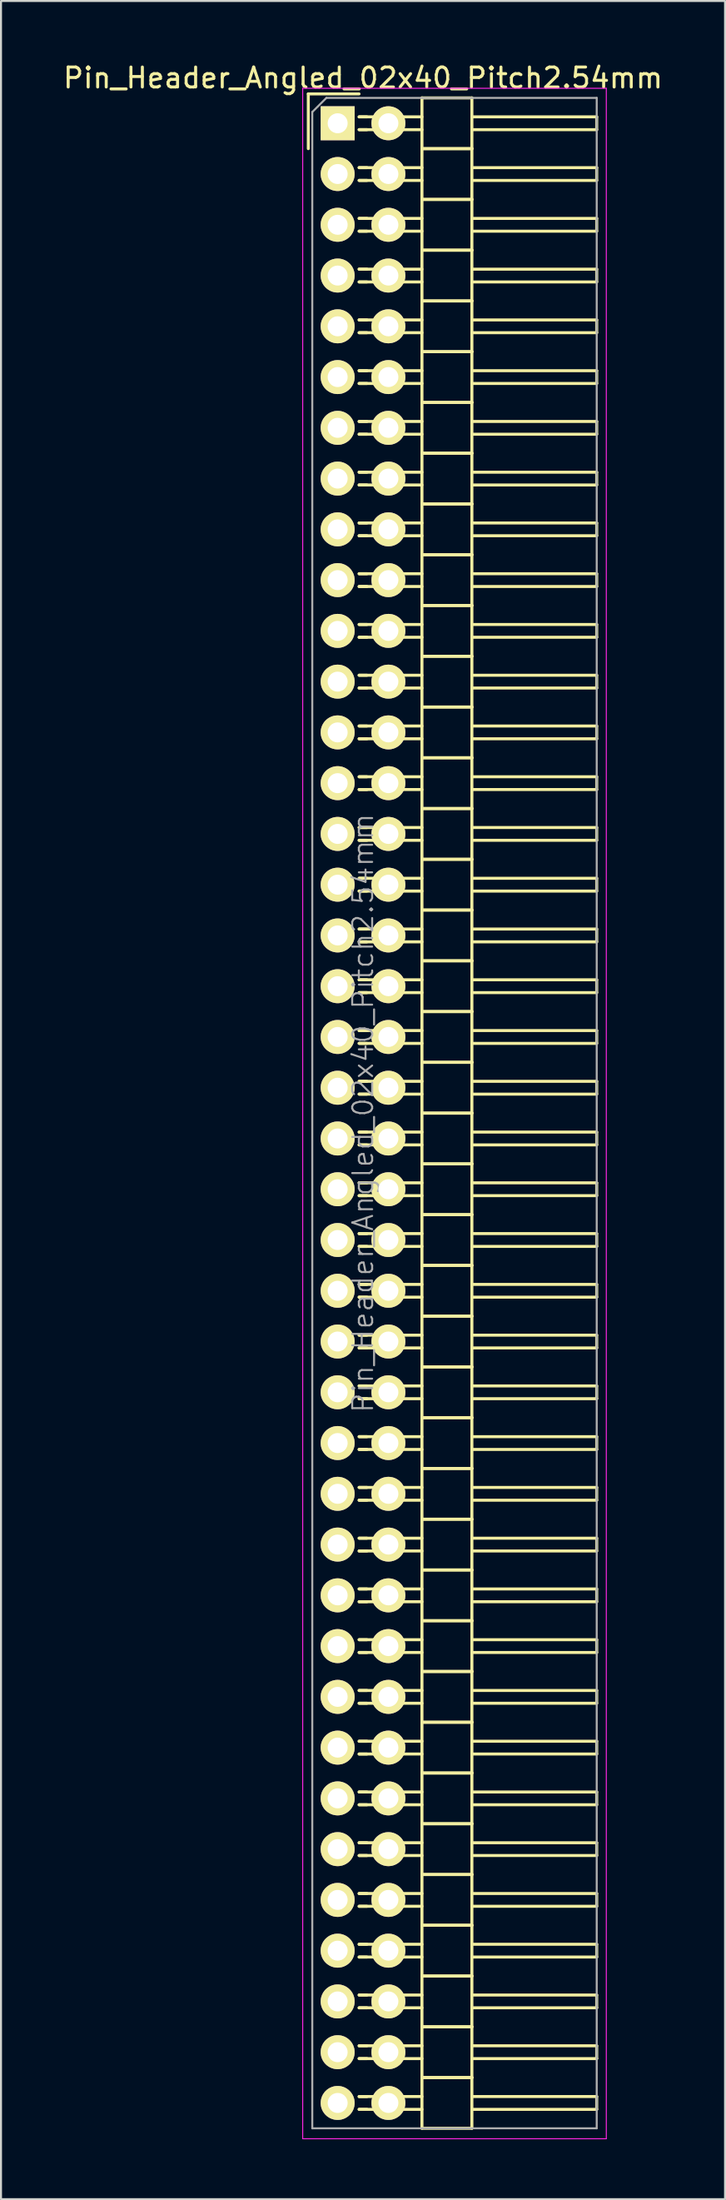
<source format=kicad_pcb>
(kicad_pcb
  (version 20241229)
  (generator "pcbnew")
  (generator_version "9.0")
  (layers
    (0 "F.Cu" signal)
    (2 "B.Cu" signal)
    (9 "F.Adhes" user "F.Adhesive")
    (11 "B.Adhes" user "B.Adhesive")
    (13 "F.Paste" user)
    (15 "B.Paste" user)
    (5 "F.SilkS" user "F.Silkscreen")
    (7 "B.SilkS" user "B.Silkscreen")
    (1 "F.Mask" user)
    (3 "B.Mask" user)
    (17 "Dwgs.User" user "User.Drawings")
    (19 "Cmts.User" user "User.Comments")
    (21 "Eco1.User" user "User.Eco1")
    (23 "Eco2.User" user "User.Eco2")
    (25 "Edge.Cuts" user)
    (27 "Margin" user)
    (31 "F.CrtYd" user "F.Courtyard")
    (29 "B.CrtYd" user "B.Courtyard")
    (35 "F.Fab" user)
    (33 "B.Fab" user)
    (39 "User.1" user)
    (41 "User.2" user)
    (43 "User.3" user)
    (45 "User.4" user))
  (footprint "Pin_Header_Angled_02x40_Pitch2.54mm"
    (layer "F.Cu")
    (at 13.855 3.118)
    (property "Reference" "Pin_Header_Angled_02x40_Pitch2.54mm" (at 1.27 -2.27 0) (layer "F.SilkS") (effects (font (size 1 1) (thickness 0.15))))
    (attr smd)
    (fp_line (start -1.47 -1.47) (end -1.47 1.27) (stroke (width 0.15) (type solid)) (layer "F.SilkS"))
    (fp_line (start -1.47 -1.47) (end 1.07 -1.47) (stroke (width 0.15) (type solid)) (layer "F.SilkS"))
    (fp_line (start 1.465 -0.32) (end 1.075 -0.32) (stroke (width 0.15) (type solid)) (layer "F.SilkS"))
    (fp_line (start 1.465 0.32) (end 1.075 0.32) (stroke (width 0.15) (type solid)) (layer "F.SilkS"))
    (fp_line (start 1.465 2.22) (end 1.075 2.22) (stroke (width 0.15) (type solid)) (layer "F.SilkS"))
    (fp_line (start 1.465 2.86) (end 1.075 2.86) (stroke (width 0.15) (type solid)) (layer "F.SilkS"))
    (fp_line (start 1.465 4.76) (end 1.075 4.76) (stroke (width 0.15) (type solid)) (layer "F.SilkS"))
    (fp_line (start 1.465 5.4) (end 1.075 5.4) (stroke (width 0.15) (type solid)) (layer "F.SilkS"))
    (fp_line (start 1.465 7.3) (end 1.075 7.3) (stroke (width 0.15) (type solid)) (layer "F.SilkS"))
    (fp_line (start 1.465 7.94) (end 1.075 7.94) (stroke (width 0.15) (type solid)) (layer "F.SilkS"))
    (fp_line (start 1.465 9.84) (end 1.075 9.84) (stroke (width 0.15) (type solid)) (layer "F.SilkS"))
    (fp_line (start 1.465 10.48) (end 1.075 10.48) (stroke (width 0.15) (type solid)) (layer "F.SilkS"))
    (fp_line (start 1.465 12.38) (end 1.075 12.38) (stroke (width 0.15) (type solid)) (layer "F.SilkS"))
    (fp_line (start 1.465 13.02) (end 1.075 13.02) (stroke (width 0.15) (type solid)) (layer "F.SilkS"))
    (fp_line (start 1.465 14.92) (end 1.075 14.92) (stroke (width 0.15) (type solid)) (layer "F.SilkS"))
    (fp_line (start 1.465 15.56) (end 1.075 15.56) (stroke (width 0.15) (type solid)) (layer "F.SilkS"))
    (fp_line (start 1.465 17.46) (end 1.075 17.46) (stroke (width 0.15) (type solid)) (layer "F.SilkS"))
    (fp_line (start 1.465 18.1) (end 1.075 18.1) (stroke (width 0.15) (type solid)) (layer "F.SilkS"))
    (fp_line (start 1.465 20) (end 1.075 20) (stroke (width 0.15) (type solid)) (layer "F.SilkS"))
    (fp_line (start 1.465 20.64) (end 1.075 20.64) (stroke (width 0.15) (type solid)) (layer "F.SilkS"))
    (fp_line (start 1.465 22.54) (end 1.075 22.54) (stroke (width 0.15) (type solid)) (layer "F.SilkS"))
    (fp_line (start 1.465 23.18) (end 1.075 23.18) (stroke (width 0.15) (type solid)) (layer "F.SilkS"))
    (fp_line (start 1.465 25.08) (end 1.075 25.08) (stroke (width 0.15) (type solid)) (layer "F.SilkS"))
    (fp_line (start 1.465 25.72) (end 1.075 25.72) (stroke (width 0.15) (type solid)) (layer "F.SilkS"))
    (fp_line (start 1.465 27.62) (end 1.075 27.62) (stroke (width 0.15) (type solid)) (layer "F.SilkS"))
    (fp_line (start 1.465 28.26) (end 1.075 28.26) (stroke (width 0.15) (type solid)) (layer "F.SilkS"))
    (fp_line (start 1.465 30.16) (end 1.075 30.16) (stroke (width 0.15) (type solid)) (layer "F.SilkS"))
    (fp_line (start 1.465 30.8) (end 1.075 30.8) (stroke (width 0.15) (type solid)) (layer "F.SilkS"))
    (fp_line (start 1.465 32.7) (end 1.075 32.7) (stroke (width 0.15) (type solid)) (layer "F.SilkS"))
    (fp_line (start 1.465 33.34) (end 1.075 33.34) (stroke (width 0.15) (type solid)) (layer "F.SilkS"))
    (fp_line (start 1.465 35.24) (end 1.075 35.24) (stroke (width 0.15) (type solid)) (layer "F.SilkS"))
    (fp_line (start 1.465 35.88) (end 1.075 35.88) (stroke (width 0.15) (type solid)) (layer "F.SilkS"))
    (fp_line (start 1.465 37.78) (end 1.075 37.78) (stroke (width 0.15) (type solid)) (layer "F.SilkS"))
    (fp_line (start 1.465 38.42) (end 1.075 38.42) (stroke (width 0.15) (type solid)) (layer "F.SilkS"))
    (fp_line (start 1.465 40.32) (end 1.075 40.32) (stroke (width 0.15) (type solid)) (layer "F.SilkS"))
    (fp_line (start 1.465 40.96) (end 1.075 40.96) (stroke (width 0.15) (type solid)) (layer "F.SilkS"))
    (fp_line (start 1.465 42.86) (end 1.075 42.86) (stroke (width 0.15) (type solid)) (layer "F.SilkS"))
    (fp_line (start 1.465 43.5) (end 1.075 43.5) (stroke (width 0.15) (type solid)) (layer "F.SilkS"))
    (fp_line (start 1.465 45.4) (end 1.075 45.4) (stroke (width 0.15) (type solid)) (layer "F.SilkS"))
    (fp_line (start 1.465 46.04) (end 1.075 46.04) (stroke (width 0.15) (type solid)) (layer "F.SilkS"))
    (fp_line (start 1.465 47.94) (end 1.075 47.94) (stroke (width 0.15) (type solid)) (layer "F.SilkS"))
    (fp_line (start 1.465 48.58) (end 1.075 48.58) (stroke (width 0.15) (type solid)) (layer "F.SilkS"))
    (fp_line (start 1.465 50.48) (end 1.075 50.48) (stroke (width 0.15) (type solid)) (layer "F.SilkS"))
    (fp_line (start 1.465 51.12) (end 1.075 51.12) (stroke (width 0.15) (type solid)) (layer "F.SilkS"))
    (fp_line (start 1.465 53.02) (end 1.075 53.02) (stroke (width 0.15) (type solid)) (layer "F.SilkS"))
    (fp_line (start 1.465 53.66) (end 1.075 53.66) (stroke (width 0.15) (type solid)) (layer "F.SilkS"))
    (fp_line (start 1.465 55.56) (end 1.075 55.56) (stroke (width 0.15) (type solid)) (layer "F.SilkS"))
    (fp_line (start 1.465 56.2) (end 1.075 56.2) (stroke (width 0.15) (type solid)) (layer "F.SilkS"))
    (fp_line (start 1.465 58.1) (end 1.075 58.1) (stroke (width 0.15) (type solid)) (layer "F.SilkS"))
    (fp_line (start 1.465 58.74) (end 1.075 58.74) (stroke (width 0.15) (type solid)) (layer "F.SilkS"))
    (fp_line (start 1.465 60.64) (end 1.075 60.64) (stroke (width 0.15) (type solid)) (layer "F.SilkS"))
    (fp_line (start 1.465 61.28) (end 1.075 61.28) (stroke (width 0.15) (type solid)) (layer "F.SilkS"))
    (fp_line (start 1.465 63.18) (end 1.075 63.18) (stroke (width 0.15) (type solid)) (layer "F.SilkS"))
    (fp_line (start 1.465 63.82) (end 1.075 63.82) (stroke (width 0.15) (type solid)) (layer "F.SilkS"))
    (fp_line (start 1.465 65.72) (end 1.075 65.72) (stroke (width 0.15) (type solid)) (layer "F.SilkS"))
    (fp_line (start 1.465 66.36) (end 1.075 66.36) (stroke (width 0.15) (type solid)) (layer "F.SilkS"))
    (fp_line (start 1.465 68.26) (end 1.075 68.26) (stroke (width 0.15) (type solid)) (layer "F.SilkS"))
    (fp_line (start 1.465 68.9) (end 1.075 68.9) (stroke (width 0.15) (type solid)) (layer "F.SilkS"))
    (fp_line (start 1.465 70.8) (end 1.075 70.8) (stroke (width 0.15) (type solid)) (layer "F.SilkS"))
    (fp_line (start 1.465 71.44) (end 1.075 71.44) (stroke (width 0.15) (type solid)) (layer "F.SilkS"))
    (fp_line (start 1.465 73.34) (end 1.075 73.34) (stroke (width 0.15) (type solid)) (layer "F.SilkS"))
    (fp_line (start 1.465 73.98) (end 1.075 73.98) (stroke (width 0.15) (type solid)) (layer "F.SilkS"))
    (fp_line (start 1.465 75.88) (end 1.075 75.88) (stroke (width 0.15) (type solid)) (layer "F.SilkS"))
    (fp_line (start 1.465 76.52) (end 1.075 76.52) (stroke (width 0.15) (type solid)) (layer "F.SilkS"))
    (fp_line (start 1.465 78.42) (end 1.075 78.42) (stroke (width 0.15) (type solid)) (layer "F.SilkS"))
    (fp_line (start 1.465 79.06) (end 1.075 79.06) (stroke (width 0.15) (type solid)) (layer "F.SilkS"))
    (fp_line (start 1.465 80.96) (end 1.075 80.96) (stroke (width 0.15) (type solid)) (layer "F.SilkS"))
    (fp_line (start 1.465 81.6) (end 1.075 81.6) (stroke (width 0.15) (type solid)) (layer "F.SilkS"))
    (fp_line (start 1.465 83.5) (end 1.075 83.5) (stroke (width 0.15) (type solid)) (layer "F.SilkS"))
    (fp_line (start 1.465 84.14) (end 1.075 84.14) (stroke (width 0.15) (type solid)) (layer "F.SilkS"))
    (fp_line (start 1.465 86.04) (end 1.075 86.04) (stroke (width 0.15) (type solid)) (layer "F.SilkS"))
    (fp_line (start 1.465 86.68) (end 1.075 86.68) (stroke (width 0.15) (type solid)) (layer "F.SilkS"))
    (fp_line (start 1.465 88.58) (end 1.075 88.58) (stroke (width 0.15) (type solid)) (layer "F.SilkS"))
    (fp_line (start 1.465 89.22) (end 1.075 89.22) (stroke (width 0.15) (type solid)) (layer "F.SilkS"))
    (fp_line (start 1.465 91.12) (end 1.075 91.12) (stroke (width 0.15) (type solid)) (layer "F.SilkS"))
    (fp_line (start 1.465 91.76) (end 1.075 91.76) (stroke (width 0.15) (type solid)) (layer "F.SilkS"))
    (fp_line (start 1.465 93.66) (end 1.075 93.66) (stroke (width 0.15) (type solid)) (layer "F.SilkS"))
    (fp_line (start 1.465 94.3) (end 1.075 94.3) (stroke (width 0.15) (type solid)) (layer "F.SilkS"))
    (fp_line (start 1.465 96.2) (end 1.075 96.2) (stroke (width 0.15) (type solid)) (layer "F.SilkS"))
    (fp_line (start 1.465 96.84) (end 1.075 96.84) (stroke (width 0.15) (type solid)) (layer "F.SilkS"))
    (fp_line (start 1.465 98.74) (end 1.075 98.74) (stroke (width 0.15) (type solid)) (layer "F.SilkS"))
    (fp_line (start 1.465 99.38) (end 1.075 99.38) (stroke (width 0.15) (type solid)) (layer "F.SilkS"))
    (fp_line (start 4.22 -0.32) (end 1.075 -0.32) (stroke (width 0.15) (type solid)) (layer "F.SilkS"))
    (fp_line (start 4.22 0.32) (end 1.075 0.32) (stroke (width 0.15) (type solid)) (layer "F.SilkS"))
    (fp_line (start 4.22 1.27) (end 4.22 -1.27) (stroke (width 0.15) (type solid)) (layer "F.SilkS"))
    (fp_line (start 4.22 2.22) (end 1.075 2.22) (stroke (width 0.15) (type solid)) (layer "F.SilkS"))
    (fp_line (start 4.22 2.86) (end 1.075 2.86) (stroke (width 0.15) (type solid)) (layer "F.SilkS"))
    (fp_line (start 4.22 3.81) (end 4.22 1.27) (stroke (width 0.15) (type solid)) (layer "F.SilkS"))
    (fp_line (start 4.22 4.76) (end 1.075 4.76) (stroke (width 0.15) (type solid)) (layer "F.SilkS"))
    (fp_line (start 4.22 5.4) (end 1.075 5.4) (stroke (width 0.15) (type solid)) (layer "F.SilkS"))
    (fp_line (start 4.22 6.35) (end 4.22 3.81) (stroke (width 0.15) (type solid)) (layer "F.SilkS"))
    (fp_line (start 4.22 7.3) (end 1.075 7.3) (stroke (width 0.15) (type solid)) (layer "F.SilkS"))
    (fp_line (start 4.22 7.94) (end 1.075 7.94) (stroke (width 0.15) (type solid)) (layer "F.SilkS"))
    (fp_line (start 4.22 8.89) (end 4.22 6.35) (stroke (width 0.15) (type solid)) (layer "F.SilkS"))
    (fp_line (start 4.22 9.84) (end 1.075 9.84) (stroke (width 0.15) (type solid)) (layer "F.SilkS"))
    (fp_line (start 4.22 10.48) (end 1.075 10.48) (stroke (width 0.15) (type solid)) (layer "F.SilkS"))
    (fp_line (start 4.22 11.43) (end 4.22 8.89) (stroke (width 0.15) (type solid)) (layer "F.SilkS"))
    (fp_line (start 4.22 12.38) (end 1.075 12.38) (stroke (width 0.15) (type solid)) (layer "F.SilkS"))
    (fp_line (start 4.22 13.02) (end 1.075 13.02) (stroke (width 0.15) (type solid)) (layer "F.SilkS"))
    (fp_line (start 4.22 13.97) (end 4.22 11.43) (stroke (width 0.15) (type solid)) (layer "F.SilkS"))
    (fp_line (start 4.22 14.92) (end 1.075 14.92) (stroke (width 0.15) (type solid)) (layer "F.SilkS"))
    (fp_line (start 4.22 15.56) (end 1.075 15.56) (stroke (width 0.15) (type solid)) (layer "F.SilkS"))
    (fp_line (start 4.22 16.51) (end 4.22 13.97) (stroke (width 0.15) (type solid)) (layer "F.SilkS"))
    (fp_line (start 4.22 17.46) (end 1.075 17.46) (stroke (width 0.15) (type solid)) (layer "F.SilkS"))
    (fp_line (start 4.22 18.1) (end 1.075 18.1) (stroke (width 0.15) (type solid)) (layer "F.SilkS"))
    (fp_line (start 4.22 19.05) (end 4.22 16.51) (stroke (width 0.15) (type solid)) (layer "F.SilkS"))
    (fp_line (start 4.22 20) (end 1.075 20) (stroke (width 0.15) (type solid)) (layer "F.SilkS"))
    (fp_line (start 4.22 20.64) (end 1.075 20.64) (stroke (width 0.15) (type solid)) (layer "F.SilkS"))
    (fp_line (start 4.22 21.59) (end 4.22 19.05) (stroke (width 0.15) (type solid)) (layer "F.SilkS"))
    (fp_line (start 4.22 22.54) (end 1.075 22.54) (stroke (width 0.15) (type solid)) (layer "F.SilkS"))
    (fp_line (start 4.22 23.18) (end 1.075 23.18) (stroke (width 0.15) (type solid)) (layer "F.SilkS"))
    (fp_line (start 4.22 24.13) (end 4.22 21.59) (stroke (width 0.15) (type solid)) (layer "F.SilkS"))
    (fp_line (start 4.22 25.08) (end 1.075 25.08) (stroke (width 0.15) (type solid)) (layer "F.SilkS"))
    (fp_line (start 4.22 25.72) (end 1.075 25.72) (stroke (width 0.15) (type solid)) (layer "F.SilkS"))
    (fp_line (start 4.22 26.67) (end 4.22 24.13) (stroke (width 0.15) (type solid)) (layer "F.SilkS"))
    (fp_line (start 4.22 27.62) (end 1.075 27.62) (stroke (width 0.15) (type solid)) (layer "F.SilkS"))
    (fp_line (start 4.22 28.26) (end 1.075 28.26) (stroke (width 0.15) (type solid)) (layer "F.SilkS"))
    (fp_line (start 4.22 29.21) (end 4.22 26.67) (stroke (width 0.15) (type solid)) (layer "F.SilkS"))
    (fp_line (start 4.22 30.16) (end 1.075 30.16) (stroke (width 0.15) (type solid)) (layer "F.SilkS"))
    (fp_line (start 4.22 30.8) (end 1.075 30.8) (stroke (width 0.15) (type solid)) (layer "F.SilkS"))
    (fp_line (start 4.22 31.75) (end 4.22 29.21) (stroke (width 0.15) (type solid)) (layer "F.SilkS"))
    (fp_line (start 4.22 32.7) (end 1.075 32.7) (stroke (width 0.15) (type solid)) (layer "F.SilkS"))
    (fp_line (start 4.22 33.34) (end 1.075 33.34) (stroke (width 0.15) (type solid)) (layer "F.SilkS"))
    (fp_line (start 4.22 34.29) (end 4.22 31.75) (stroke (width 0.15) (type solid)) (layer "F.SilkS"))
    (fp_line (start 4.22 35.24) (end 1.075 35.24) (stroke (width 0.15) (type solid)) (layer "F.SilkS"))
    (fp_line (start 4.22 35.88) (end 1.075 35.88) (stroke (width 0.15) (type solid)) (layer "F.SilkS"))
    (fp_line (start 4.22 36.83) (end 4.22 34.29) (stroke (width 0.15) (type solid)) (layer "F.SilkS"))
    (fp_line (start 4.22 37.78) (end 1.075 37.78) (stroke (width 0.15) (type solid)) (layer "F.SilkS"))
    (fp_line (start 4.22 38.42) (end 1.075 38.42) (stroke (width 0.15) (type solid)) (layer "F.SilkS"))
    (fp_line (start 4.22 39.37) (end 4.22 36.83) (stroke (width 0.15) (type solid)) (layer "F.SilkS"))
    (fp_line (start 4.22 40.32) (end 1.075 40.32) (stroke (width 0.15) (type solid)) (layer "F.SilkS"))
    (fp_line (start 4.22 40.96) (end 1.075 40.96) (stroke (width 0.15) (type solid)) (layer "F.SilkS"))
    (fp_line (start 4.22 41.91) (end 4.22 39.37) (stroke (width 0.15) (type solid)) (layer "F.SilkS"))
    (fp_line (start 4.22 42.86) (end 1.075 42.86) (stroke (width 0.15) (type solid)) (layer "F.SilkS"))
    (fp_line (start 4.22 43.5) (end 1.075 43.5) (stroke (width 0.15) (type solid)) (layer "F.SilkS"))
    (fp_line (start 4.22 44.45) (end 4.22 41.91) (stroke (width 0.15) (type solid)) (layer "F.SilkS"))
    (fp_line (start 4.22 45.4) (end 1.075 45.4) (stroke (width 0.15) (type solid)) (layer "F.SilkS"))
    (fp_line (start 4.22 46.04) (end 1.075 46.04) (stroke (width 0.15) (type solid)) (layer "F.SilkS"))
    (fp_line (start 4.22 46.99) (end 4.22 44.45) (stroke (width 0.15) (type solid)) (layer "F.SilkS"))
    (fp_line (start 4.22 47.94) (end 1.075 47.94) (stroke (width 0.15) (type solid)) (layer "F.SilkS"))
    (fp_line (start 4.22 48.58) (end 1.075 48.58) (stroke (width 0.15) (type solid)) (layer "F.SilkS"))
    (fp_line (start 4.22 49.53) (end 4.22 46.99) (stroke (width 0.15) (type solid)) (layer "F.SilkS"))
    (fp_line (start 4.22 50.48) (end 1.075 50.48) (stroke (width 0.15) (type solid)) (layer "F.SilkS"))
    (fp_line (start 4.22 51.12) (end 1.075 51.12) (stroke (width 0.15) (type solid)) (layer "F.SilkS"))
    (fp_line (start 4.22 52.07) (end 4.22 49.53) (stroke (width 0.15) (type solid)) (layer "F.SilkS"))
    (fp_line (start 4.22 53.02) (end 1.075 53.02) (stroke (width 0.15) (type solid)) (layer "F.SilkS"))
    (fp_line (start 4.22 53.66) (end 1.075 53.66) (stroke (width 0.15) (type solid)) (layer "F.SilkS"))
    (fp_line (start 4.22 54.61) (end 4.22 52.07) (stroke (width 0.15) (type solid)) (layer "F.SilkS"))
    (fp_line (start 4.22 55.56) (end 1.075 55.56) (stroke (width 0.15) (type solid)) (layer "F.SilkS"))
    (fp_line (start 4.22 56.2) (end 1.075 56.2) (stroke (width 0.15) (type solid)) (layer "F.SilkS"))
    (fp_line (start 4.22 57.15) (end 4.22 54.61) (stroke (width 0.15) (type solid)) (layer "F.SilkS"))
    (fp_line (start 4.22 58.1) (end 1.075 58.1) (stroke (width 0.15) (type solid)) (layer "F.SilkS"))
    (fp_line (start 4.22 58.74) (end 1.075 58.74) (stroke (width 0.15) (type solid)) (layer "F.SilkS"))
    (fp_line (start 4.22 59.69) (end 4.22 57.15) (stroke (width 0.15) (type solid)) (layer "F.SilkS"))
    (fp_line (start 4.22 60.64) (end 1.075 60.64) (stroke (width 0.15) (type solid)) (layer "F.SilkS"))
    (fp_line (start 4.22 61.28) (end 1.075 61.28) (stroke (width 0.15) (type solid)) (layer "F.SilkS"))
    (fp_line (start 4.22 62.23) (end 4.22 59.69) (stroke (width 0.15) (type solid)) (layer "F.SilkS"))
    (fp_line (start 4.22 63.18) (end 1.075 63.18) (stroke (width 0.15) (type solid)) (layer "F.SilkS"))
    (fp_line (start 4.22 63.82) (end 1.075 63.82) (stroke (width 0.15) (type solid)) (layer "F.SilkS"))
    (fp_line (start 4.22 64.77) (end 4.22 62.23) (stroke (width 0.15) (type solid)) (layer "F.SilkS"))
    (fp_line (start 4.22 65.72) (end 1.075 65.72) (stroke (width 0.15) (type solid)) (layer "F.SilkS"))
    (fp_line (start 4.22 66.36) (end 1.075 66.36) (stroke (width 0.15) (type solid)) (layer "F.SilkS"))
    (fp_line (start 4.22 67.31) (end 4.22 64.77) (stroke (width 0.15) (type solid)) (layer "F.SilkS"))
    (fp_line (start 4.22 68.26) (end 1.075 68.26) (stroke (width 0.15) (type solid)) (layer "F.SilkS"))
    (fp_line (start 4.22 68.9) (end 1.075 68.9) (stroke (width 0.15) (type solid)) (layer "F.SilkS"))
    (fp_line (start 4.22 69.85) (end 4.22 67.31) (stroke (width 0.15) (type solid)) (layer "F.SilkS"))
    (fp_line (start 4.22 70.8) (end 1.075 70.8) (stroke (width 0.15) (type solid)) (layer "F.SilkS"))
    (fp_line (start 4.22 71.44) (end 1.075 71.44) (stroke (width 0.15) (type solid)) (layer "F.SilkS"))
    (fp_line (start 4.22 72.39) (end 4.22 69.85) (stroke (width 0.15) (type solid)) (layer "F.SilkS"))
    (fp_line (start 4.22 73.34) (end 1.075 73.34) (stroke (width 0.15) (type solid)) (layer "F.SilkS"))
    (fp_line (start 4.22 73.98) (end 1.075 73.98) (stroke (width 0.15) (type solid)) (layer "F.SilkS"))
    (fp_line (start 4.22 74.93) (end 4.22 72.39) (stroke (width 0.15) (type solid)) (layer "F.SilkS"))
    (fp_line (start 4.22 75.88) (end 1.075 75.88) (stroke (width 0.15) (type solid)) (layer "F.SilkS"))
    (fp_line (start 4.22 76.52) (end 1.075 76.52) (stroke (width 0.15) (type solid)) (layer "F.SilkS"))
    (fp_line (start 4.22 77.47) (end 4.22 74.93) (stroke (width 0.15) (type solid)) (layer "F.SilkS"))
    (fp_line (start 4.22 78.42) (end 1.075 78.42) (stroke (width 0.15) (type solid)) (layer "F.SilkS"))
    (fp_line (start 4.22 79.06) (end 1.075 79.06) (stroke (width 0.15) (type solid)) (layer "F.SilkS"))
    (fp_line (start 4.22 80.01) (end 4.22 77.47) (stroke (width 0.15) (type solid)) (layer "F.SilkS"))
    (fp_line (start 4.22 80.96) (end 1.075 80.96) (stroke (width 0.15) (type solid)) (layer "F.SilkS"))
    (fp_line (start 4.22 81.6) (end 1.075 81.6) (stroke (width 0.15) (type solid)) (layer "F.SilkS"))
    (fp_line (start 4.22 82.55) (end 4.22 80.01) (stroke (width 0.15) (type solid)) (layer "F.SilkS"))
    (fp_line (start 4.22 83.5) (end 1.075 83.5) (stroke (width 0.15) (type solid)) (layer "F.SilkS"))
    (fp_line (start 4.22 84.14) (end 1.075 84.14) (stroke (width 0.15) (type solid)) (layer "F.SilkS"))
    (fp_line (start 4.22 85.09) (end 4.22 82.55) (stroke (width 0.15) (type solid)) (layer "F.SilkS"))
    (fp_line (start 4.22 86.04) (end 1.075 86.04) (stroke (width 0.15) (type solid)) (layer "F.SilkS"))
    (fp_line (start 4.22 86.68) (end 1.075 86.68) (stroke (width 0.15) (type solid)) (layer "F.SilkS"))
    (fp_line (start 4.22 87.63) (end 4.22 85.09) (stroke (width 0.15) (type solid)) (layer "F.SilkS"))
    (fp_line (start 4.22 88.58) (end 1.075 88.58) (stroke (width 0.15) (type solid)) (layer "F.SilkS"))
    (fp_line (start 4.22 89.22) (end 1.075 89.22) (stroke (width 0.15) (type solid)) (layer "F.SilkS"))
    (fp_line (start 4.22 90.17) (end 4.22 87.63) (stroke (width 0.15) (type solid)) (layer "F.SilkS"))
    (fp_line (start 4.22 91.12) (end 1.075 91.12) (stroke (width 0.15) (type solid)) (layer "F.SilkS"))
    (fp_line (start 4.22 91.76) (end 1.075 91.76) (stroke (width 0.15) (type solid)) (layer "F.SilkS"))
    (fp_line (start 4.22 92.71) (end 4.22 90.17) (stroke (width 0.15) (type solid)) (layer "F.SilkS"))
    (fp_line (start 4.22 93.66) (end 1.075 93.66) (stroke (width 0.15) (type solid)) (layer "F.SilkS"))
    (fp_line (start 4.22 94.3) (end 1.075 94.3) (stroke (width 0.15) (type solid)) (layer "F.SilkS"))
    (fp_line (start 4.22 95.25) (end 4.22 92.71) (stroke (width 0.15) (type solid)) (layer "F.SilkS"))
    (fp_line (start 4.22 96.2) (end 1.075 96.2) (stroke (width 0.15) (type solid)) (layer "F.SilkS"))
    (fp_line (start 4.22 96.84) (end 1.075 96.84) (stroke (width 0.15) (type solid)) (layer "F.SilkS"))
    (fp_line (start 4.22 97.79) (end 4.22 95.25) (stroke (width 0.15) (type solid)) (layer "F.SilkS"))
    (fp_line (start 4.22 98.74) (end 1.075 98.74) (stroke (width 0.15) (type solid)) (layer "F.SilkS"))
    (fp_line (start 4.22 99.38) (end 1.075 99.38) (stroke (width 0.15) (type solid)) (layer "F.SilkS"))
    (fp_line (start 4.22 100.33) (end 4.22 97.79) (stroke (width 0.15) (type solid)) (layer "F.SilkS"))
    (fp_line (start 6.72 -1.27) (end 4.22 -1.27) (stroke (width 0.15) (type solid)) (layer "F.SilkS"))
    (fp_line (start 6.72 -0.32) (end 12.97 -0.32) (stroke (width 0.15) (type solid)) (layer "F.SilkS"))
    (fp_line (start 6.72 0.32) (end 12.97 0.32) (stroke (width 0.15) (type solid)) (layer "F.SilkS"))
    (fp_line (start 6.72 1.27) (end 4.22 1.27) (stroke (width 0.15) (type solid)) (layer "F.SilkS"))
    (fp_line (start 6.72 1.27) (end 4.22 1.27) (stroke (width 0.15) (type solid)) (layer "F.SilkS"))
    (fp_line (start 6.72 1.27) (end 6.72 -1.27) (stroke (width 0.15) (type solid)) (layer "F.SilkS"))
    (fp_line (start 6.72 2.22) (end 12.97 2.22) (stroke (width 0.15) (type solid)) (layer "F.SilkS"))
    (fp_line (start 6.72 2.86) (end 12.97 2.86) (stroke (width 0.15) (type solid)) (layer "F.SilkS"))
    (fp_line (start 6.72 3.81) (end 4.22 3.81) (stroke (width 0.15) (type solid)) (layer "F.SilkS"))
    (fp_line (start 6.72 3.81) (end 4.22 3.81) (stroke (width 0.15) (type solid)) (layer "F.SilkS"))
    (fp_line (start 6.72 3.81) (end 6.72 1.27) (stroke (width 0.15) (type solid)) (layer "F.SilkS"))
    (fp_line (start 6.72 4.76) (end 12.97 4.76) (stroke (width 0.15) (type solid)) (layer "F.SilkS"))
    (fp_line (start 6.72 5.4) (end 12.97 5.4) (stroke (width 0.15) (type solid)) (layer "F.SilkS"))
    (fp_line (start 6.72 6.35) (end 4.22 6.35) (stroke (width 0.15) (type solid)) (layer "F.SilkS"))
    (fp_line (start 6.72 6.35) (end 4.22 6.35) (stroke (width 0.15) (type solid)) (layer "F.SilkS"))
    (fp_line (start 6.72 6.35) (end 6.72 3.81) (stroke (width 0.15) (type solid)) (layer "F.SilkS"))
    (fp_line (start 6.72 7.3) (end 12.97 7.3) (stroke (width 0.15) (type solid)) (layer "F.SilkS"))
    (fp_line (start 6.72 7.94) (end 12.97 7.94) (stroke (width 0.15) (type solid)) (layer "F.SilkS"))
    (fp_line (start 6.72 8.89) (end 4.22 8.89) (stroke (width 0.15) (type solid)) (layer "F.SilkS"))
    (fp_line (start 6.72 8.89) (end 4.22 8.89) (stroke (width 0.15) (type solid)) (layer "F.SilkS"))
    (fp_line (start 6.72 8.89) (end 6.72 6.35) (stroke (width 0.15) (type solid)) (layer "F.SilkS"))
    (fp_line (start 6.72 9.84) (end 12.97 9.84) (stroke (width 0.15) (type solid)) (layer "F.SilkS"))
    (fp_line (start 6.72 10.48) (end 12.97 10.48) (stroke (width 0.15) (type solid)) (layer "F.SilkS"))
    (fp_line (start 6.72 11.43) (end 4.22 11.43) (stroke (width 0.15) (type solid)) (layer "F.SilkS"))
    (fp_line (start 6.72 11.43) (end 4.22 11.43) (stroke (width 0.15) (type solid)) (layer "F.SilkS"))
    (fp_line (start 6.72 11.43) (end 6.72 8.89) (stroke (width 0.15) (type solid)) (layer "F.SilkS"))
    (fp_line (start 6.72 12.38) (end 12.97 12.38) (stroke (width 0.15) (type solid)) (layer "F.SilkS"))
    (fp_line (start 6.72 13.02) (end 12.97 13.02) (stroke (width 0.15) (type solid)) (layer "F.SilkS"))
    (fp_line (start 6.72 13.97) (end 4.22 13.97) (stroke (width 0.15) (type solid)) (layer "F.SilkS"))
    (fp_line (start 6.72 13.97) (end 4.22 13.97) (stroke (width 0.15) (type solid)) (layer "F.SilkS"))
    (fp_line (start 6.72 13.97) (end 6.72 11.43) (stroke (width 0.15) (type solid)) (layer "F.SilkS"))
    (fp_line (start 6.72 14.92) (end 12.97 14.92) (stroke (width 0.15) (type solid)) (layer "F.SilkS"))
    (fp_line (start 6.72 15.56) (end 12.97 15.56) (stroke (width 0.15) (type solid)) (layer "F.SilkS"))
    (fp_line (start 6.72 16.51) (end 4.22 16.51) (stroke (width 0.15) (type solid)) (layer "F.SilkS"))
    (fp_line (start 6.72 16.51) (end 4.22 16.51) (stroke (width 0.15) (type solid)) (layer "F.SilkS"))
    (fp_line (start 6.72 16.51) (end 6.72 13.97) (stroke (width 0.15) (type solid)) (layer "F.SilkS"))
    (fp_line (start 6.72 17.46) (end 12.97 17.46) (stroke (width 0.15) (type solid)) (layer "F.SilkS"))
    (fp_line (start 6.72 18.1) (end 12.97 18.1) (stroke (width 0.15) (type solid)) (layer "F.SilkS"))
    (fp_line (start 6.72 19.05) (end 4.22 19.05) (stroke (width 0.15) (type solid)) (layer "F.SilkS"))
    (fp_line (start 6.72 19.05) (end 4.22 19.05) (stroke (width 0.15) (type solid)) (layer "F.SilkS"))
    (fp_line (start 6.72 19.05) (end 6.72 16.51) (stroke (width 0.15) (type solid)) (layer "F.SilkS"))
    (fp_line (start 6.72 20) (end 12.97 20) (stroke (width 0.15) (type solid)) (layer "F.SilkS"))
    (fp_line (start 6.72 20.64) (end 12.97 20.64) (stroke (width 0.15) (type solid)) (layer "F.SilkS"))
    (fp_line (start 6.72 21.59) (end 4.22 21.59) (stroke (width 0.15) (type solid)) (layer "F.SilkS"))
    (fp_line (start 6.72 21.59) (end 4.22 21.59) (stroke (width 0.15) (type solid)) (layer "F.SilkS"))
    (fp_line (start 6.72 21.59) (end 6.72 19.05) (stroke (width 0.15) (type solid)) (layer "F.SilkS"))
    (fp_line (start 6.72 22.54) (end 12.97 22.54) (stroke (width 0.15) (type solid)) (layer "F.SilkS"))
    (fp_line (start 6.72 23.18) (end 12.97 23.18) (stroke (width 0.15) (type solid)) (layer "F.SilkS"))
    (fp_line (start 6.72 24.13) (end 4.22 24.13) (stroke (width 0.15) (type solid)) (layer "F.SilkS"))
    (fp_line (start 6.72 24.13) (end 4.22 24.13) (stroke (width 0.15) (type solid)) (layer "F.SilkS"))
    (fp_line (start 6.72 24.13) (end 6.72 21.59) (stroke (width 0.15) (type solid)) (layer "F.SilkS"))
    (fp_line (start 6.72 25.08) (end 12.97 25.08) (stroke (width 0.15) (type solid)) (layer "F.SilkS"))
    (fp_line (start 6.72 25.72) (end 12.97 25.72) (stroke (width 0.15) (type solid)) (layer "F.SilkS"))
    (fp_line (start 6.72 26.67) (end 4.22 26.67) (stroke (width 0.15) (type solid)) (layer "F.SilkS"))
    (fp_line (start 6.72 26.67) (end 4.22 26.67) (stroke (width 0.15) (type solid)) (layer "F.SilkS"))
    (fp_line (start 6.72 26.67) (end 6.72 24.13) (stroke (width 0.15) (type solid)) (layer "F.SilkS"))
    (fp_line (start 6.72 27.62) (end 12.97 27.62) (stroke (width 0.15) (type solid)) (layer "F.SilkS"))
    (fp_line (start 6.72 28.26) (end 12.97 28.26) (stroke (width 0.15) (type solid)) (layer "F.SilkS"))
    (fp_line (start 6.72 29.21) (end 4.22 29.21) (stroke (width 0.15) (type solid)) (layer "F.SilkS"))
    (fp_line (start 6.72 29.21) (end 4.22 29.21) (stroke (width 0.15) (type solid)) (layer "F.SilkS"))
    (fp_line (start 6.72 29.21) (end 6.72 26.67) (stroke (width 0.15) (type solid)) (layer "F.SilkS"))
    (fp_line (start 6.72 30.16) (end 12.97 30.16) (stroke (width 0.15) (type solid)) (layer "F.SilkS"))
    (fp_line (start 6.72 30.8) (end 12.97 30.8) (stroke (width 0.15) (type solid)) (layer "F.SilkS"))
    (fp_line (start 6.72 31.75) (end 4.22 31.75) (stroke (width 0.15) (type solid)) (layer "F.SilkS"))
    (fp_line (start 6.72 31.75) (end 4.22 31.75) (stroke (width 0.15) (type solid)) (layer "F.SilkS"))
    (fp_line (start 6.72 31.75) (end 6.72 29.21) (stroke (width 0.15) (type solid)) (layer "F.SilkS"))
    (fp_line (start 6.72 32.7) (end 12.97 32.7) (stroke (width 0.15) (type solid)) (layer "F.SilkS"))
    (fp_line (start 6.72 33.34) (end 12.97 33.34) (stroke (width 0.15) (type solid)) (layer "F.SilkS"))
    (fp_line (start 6.72 34.29) (end 4.22 34.29) (stroke (width 0.15) (type solid)) (layer "F.SilkS"))
    (fp_line (start 6.72 34.29) (end 4.22 34.29) (stroke (width 0.15) (type solid)) (layer "F.SilkS"))
    (fp_line (start 6.72 34.29) (end 6.72 31.75) (stroke (width 0.15) (type solid)) (layer "F.SilkS"))
    (fp_line (start 6.72 35.24) (end 12.97 35.24) (stroke (width 0.15) (type solid)) (layer "F.SilkS"))
    (fp_line (start 6.72 35.88) (end 12.97 35.88) (stroke (width 0.15) (type solid)) (layer "F.SilkS"))
    (fp_line (start 6.72 36.83) (end 4.22 36.83) (stroke (width 0.15) (type solid)) (layer "F.SilkS"))
    (fp_line (start 6.72 36.83) (end 4.22 36.83) (stroke (width 0.15) (type solid)) (layer "F.SilkS"))
    (fp_line (start 6.72 36.83) (end 6.72 34.29) (stroke (width 0.15) (type solid)) (layer "F.SilkS"))
    (fp_line (start 6.72 37.78) (end 12.97 37.78) (stroke (width 0.15) (type solid)) (layer "F.SilkS"))
    (fp_line (start 6.72 38.42) (end 12.97 38.42) (stroke (width 0.15) (type solid)) (layer "F.SilkS"))
    (fp_line (start 6.72 39.37) (end 4.22 39.37) (stroke (width 0.15) (type solid)) (layer "F.SilkS"))
    (fp_line (start 6.72 39.37) (end 4.22 39.37) (stroke (width 0.15) (type solid)) (layer "F.SilkS"))
    (fp_line (start 6.72 39.37) (end 6.72 36.83) (stroke (width 0.15) (type solid)) (layer "F.SilkS"))
    (fp_line (start 6.72 40.32) (end 12.97 40.32) (stroke (width 0.15) (type solid)) (layer "F.SilkS"))
    (fp_line (start 6.72 40.96) (end 12.97 40.96) (stroke (width 0.15) (type solid)) (layer "F.SilkS"))
    (fp_line (start 6.72 41.91) (end 4.22 41.91) (stroke (width 0.15) (type solid)) (layer "F.SilkS"))
    (fp_line (start 6.72 41.91) (end 4.22 41.91) (stroke (width 0.15) (type solid)) (layer "F.SilkS"))
    (fp_line (start 6.72 41.91) (end 6.72 39.37) (stroke (width 0.15) (type solid)) (layer "F.SilkS"))
    (fp_line (start 6.72 42.86) (end 12.97 42.86) (stroke (width 0.15) (type solid)) (layer "F.SilkS"))
    (fp_line (start 6.72 43.5) (end 12.97 43.5) (stroke (width 0.15) (type solid)) (layer "F.SilkS"))
    (fp_line (start 6.72 44.45) (end 4.22 44.45) (stroke (width 0.15) (type solid)) (layer "F.SilkS"))
    (fp_line (start 6.72 44.45) (end 4.22 44.45) (stroke (width 0.15) (type solid)) (layer "F.SilkS"))
    (fp_line (start 6.72 44.45) (end 6.72 41.91) (stroke (width 0.15) (type solid)) (layer "F.SilkS"))
    (fp_line (start 6.72 45.4) (end 12.97 45.4) (stroke (width 0.15) (type solid)) (layer "F.SilkS"))
    (fp_line (start 6.72 46.04) (end 12.97 46.04) (stroke (width 0.15) (type solid)) (layer "F.SilkS"))
    (fp_line (start 6.72 46.99) (end 4.22 46.99) (stroke (width 0.15) (type solid)) (layer "F.SilkS"))
    (fp_line (start 6.72 46.99) (end 4.22 46.99) (stroke (width 0.15) (type solid)) (layer "F.SilkS"))
    (fp_line (start 6.72 46.99) (end 6.72 44.45) (stroke (width 0.15) (type solid)) (layer "F.SilkS"))
    (fp_line (start 6.72 47.94) (end 12.97 47.94) (stroke (width 0.15) (type solid)) (layer "F.SilkS"))
    (fp_line (start 6.72 48.58) (end 12.97 48.58) (stroke (width 0.15) (type solid)) (layer "F.SilkS"))
    (fp_line (start 6.72 49.53) (end 4.22 49.53) (stroke (width 0.15) (type solid)) (layer "F.SilkS"))
    (fp_line (start 6.72 49.53) (end 4.22 49.53) (stroke (width 0.15) (type solid)) (layer "F.SilkS"))
    (fp_line (start 6.72 49.53) (end 6.72 46.99) (stroke (width 0.15) (type solid)) (layer "F.SilkS"))
    (fp_line (start 6.72 50.48) (end 12.97 50.48) (stroke (width 0.15) (type solid)) (layer "F.SilkS"))
    (fp_line (start 6.72 51.12) (end 12.97 51.12) (stroke (width 0.15) (type solid)) (layer "F.SilkS"))
    (fp_line (start 6.72 52.07) (end 4.22 52.07) (stroke (width 0.15) (type solid)) (layer "F.SilkS"))
    (fp_line (start 6.72 52.07) (end 4.22 52.07) (stroke (width 0.15) (type solid)) (layer "F.SilkS"))
    (fp_line (start 6.72 52.07) (end 6.72 49.53) (stroke (width 0.15) (type solid)) (layer "F.SilkS"))
    (fp_line (start 6.72 53.02) (end 12.97 53.02) (stroke (width 0.15) (type solid)) (layer "F.SilkS"))
    (fp_line (start 6.72 53.66) (end 12.97 53.66) (stroke (width 0.15) (type solid)) (layer "F.SilkS"))
    (fp_line (start 6.72 54.61) (end 4.22 54.61) (stroke (width 0.15) (type solid)) (layer "F.SilkS"))
    (fp_line (start 6.72 54.61) (end 4.22 54.61) (stroke (width 0.15) (type solid)) (layer "F.SilkS"))
    (fp_line (start 6.72 54.61) (end 6.72 52.07) (stroke (width 0.15) (type solid)) (layer "F.SilkS"))
    (fp_line (start 6.72 55.56) (end 12.97 55.56) (stroke (width 0.15) (type solid)) (layer "F.SilkS"))
    (fp_line (start 6.72 56.2) (end 12.97 56.2) (stroke (width 0.15) (type solid)) (layer "F.SilkS"))
    (fp_line (start 6.72 57.15) (end 4.22 57.15) (stroke (width 0.15) (type solid)) (layer "F.SilkS"))
    (fp_line (start 6.72 57.15) (end 4.22 57.15) (stroke (width 0.15) (type solid)) (layer "F.SilkS"))
    (fp_line (start 6.72 57.15) (end 6.72 54.61) (stroke (width 0.15) (type solid)) (layer "F.SilkS"))
    (fp_line (start 6.72 58.1) (end 12.97 58.1) (stroke (width 0.15) (type solid)) (layer "F.SilkS"))
    (fp_line (start 6.72 58.74) (end 12.97 58.74) (stroke (width 0.15) (type solid)) (layer "F.SilkS"))
    (fp_line (start 6.72 59.69) (end 4.22 59.69) (stroke (width 0.15) (type solid)) (layer "F.SilkS"))
    (fp_line (start 6.72 59.69) (end 4.22 59.69) (stroke (width 0.15) (type solid)) (layer "F.SilkS"))
    (fp_line (start 6.72 59.69) (end 6.72 57.15) (stroke (width 0.15) (type solid)) (layer "F.SilkS"))
    (fp_line (start 6.72 60.64) (end 12.97 60.64) (stroke (width 0.15) (type solid)) (layer "F.SilkS"))
    (fp_line (start 6.72 61.28) (end 12.97 61.28) (stroke (width 0.15) (type solid)) (layer "F.SilkS"))
    (fp_line (start 6.72 62.23) (end 4.22 62.23) (stroke (width 0.15) (type solid)) (layer "F.SilkS"))
    (fp_line (start 6.72 62.23) (end 4.22 62.23) (stroke (width 0.15) (type solid)) (layer "F.SilkS"))
    (fp_line (start 6.72 62.23) (end 6.72 59.69) (stroke (width 0.15) (type solid)) (layer "F.SilkS"))
    (fp_line (start 6.72 63.18) (end 12.97 63.18) (stroke (width 0.15) (type solid)) (layer "F.SilkS"))
    (fp_line (start 6.72 63.82) (end 12.97 63.82) (stroke (width 0.15) (type solid)) (layer "F.SilkS"))
    (fp_line (start 6.72 64.77) (end 4.22 64.77) (stroke (width 0.15) (type solid)) (layer "F.SilkS"))
    (fp_line (start 6.72 64.77) (end 4.22 64.77) (stroke (width 0.15) (type solid)) (layer "F.SilkS"))
    (fp_line (start 6.72 64.77) (end 6.72 62.23) (stroke (width 0.15) (type solid)) (layer "F.SilkS"))
    (fp_line (start 6.72 65.72) (end 12.97 65.72) (stroke (width 0.15) (type solid)) (layer "F.SilkS"))
    (fp_line (start 6.72 66.36) (end 12.97 66.36) (stroke (width 0.15) (type solid)) (layer "F.SilkS"))
    (fp_line (start 6.72 67.31) (end 4.22 67.31) (stroke (width 0.15) (type solid)) (layer "F.SilkS"))
    (fp_line (start 6.72 67.31) (end 4.22 67.31) (stroke (width 0.15) (type solid)) (layer "F.SilkS"))
    (fp_line (start 6.72 67.31) (end 6.72 64.77) (stroke (width 0.15) (type solid)) (layer "F.SilkS"))
    (fp_line (start 6.72 68.26) (end 12.97 68.26) (stroke (width 0.15) (type solid)) (layer "F.SilkS"))
    (fp_line (start 6.72 68.9) (end 12.97 68.9) (stroke (width 0.15) (type solid)) (layer "F.SilkS"))
    (fp_line (start 6.72 69.85) (end 4.22 69.85) (stroke (width 0.15) (type solid)) (layer "F.SilkS"))
    (fp_line (start 6.72 69.85) (end 4.22 69.85) (stroke (width 0.15) (type solid)) (layer "F.SilkS"))
    (fp_line (start 6.72 69.85) (end 6.72 67.31) (stroke (width 0.15) (type solid)) (layer "F.SilkS"))
    (fp_line (start 6.72 70.8) (end 12.97 70.8) (stroke (width 0.15) (type solid)) (layer "F.SilkS"))
    (fp_line (start 6.72 71.44) (end 12.97 71.44) (stroke (width 0.15) (type solid)) (layer "F.SilkS"))
    (fp_line (start 6.72 72.39) (end 4.22 72.39) (stroke (width 0.15) (type solid)) (layer "F.SilkS"))
    (fp_line (start 6.72 72.39) (end 4.22 72.39) (stroke (width 0.15) (type solid)) (layer "F.SilkS"))
    (fp_line (start 6.72 72.39) (end 6.72 69.85) (stroke (width 0.15) (type solid)) (layer "F.SilkS"))
    (fp_line (start 6.72 73.34) (end 12.97 73.34) (stroke (width 0.15) (type solid)) (layer "F.SilkS"))
    (fp_line (start 6.72 73.98) (end 12.97 73.98) (stroke (width 0.15) (type solid)) (layer "F.SilkS"))
    (fp_line (start 6.72 74.93) (end 4.22 74.93) (stroke (width 0.15) (type solid)) (layer "F.SilkS"))
    (fp_line (start 6.72 74.93) (end 4.22 74.93) (stroke (width 0.15) (type solid)) (layer "F.SilkS"))
    (fp_line (start 6.72 74.93) (end 6.72 72.39) (stroke (width 0.15) (type solid)) (layer "F.SilkS"))
    (fp_line (start 6.72 75.88) (end 12.97 75.88) (stroke (width 0.15) (type solid)) (layer "F.SilkS"))
    (fp_line (start 6.72 76.52) (end 12.97 76.52) (stroke (width 0.15) (type solid)) (layer "F.SilkS"))
    (fp_line (start 6.72 77.47) (end 4.22 77.47) (stroke (width 0.15) (type solid)) (layer "F.SilkS"))
    (fp_line (start 6.72 77.47) (end 4.22 77.47) (stroke (width 0.15) (type solid)) (layer "F.SilkS"))
    (fp_line (start 6.72 77.47) (end 6.72 74.93) (stroke (width 0.15) (type solid)) (layer "F.SilkS"))
    (fp_line (start 6.72 78.42) (end 12.97 78.42) (stroke (width 0.15) (type solid)) (layer "F.SilkS"))
    (fp_line (start 6.72 79.06) (end 12.97 79.06) (stroke (width 0.15) (type solid)) (layer "F.SilkS"))
    (fp_line (start 6.72 80.01) (end 4.22 80.01) (stroke (width 0.15) (type solid)) (layer "F.SilkS"))
    (fp_line (start 6.72 80.01) (end 4.22 80.01) (stroke (width 0.15) (type solid)) (layer "F.SilkS"))
    (fp_line (start 6.72 80.01) (end 6.72 77.47) (stroke (width 0.15) (type solid)) (layer "F.SilkS"))
    (fp_line (start 6.72 80.96) (end 12.97 80.96) (stroke (width 0.15) (type solid)) (layer "F.SilkS"))
    (fp_line (start 6.72 81.6) (end 12.97 81.6) (stroke (width 0.15) (type solid)) (layer "F.SilkS"))
    (fp_line (start 6.72 82.55) (end 4.22 82.55) (stroke (width 0.15) (type solid)) (layer "F.SilkS"))
    (fp_line (start 6.72 82.55) (end 4.22 82.55) (stroke (width 0.15) (type solid)) (layer "F.SilkS"))
    (fp_line (start 6.72 82.55) (end 6.72 80.01) (stroke (width 0.15) (type solid)) (layer "F.SilkS"))
    (fp_line (start 6.72 83.5) (end 12.97 83.5) (stroke (width 0.15) (type solid)) (layer "F.SilkS"))
    (fp_line (start 6.72 84.14) (end 12.97 84.14) (stroke (width 0.15) (type solid)) (layer "F.SilkS"))
    (fp_line (start 6.72 85.09) (end 4.22 85.09) (stroke (width 0.15) (type solid)) (layer "F.SilkS"))
    (fp_line (start 6.72 85.09) (end 4.22 85.09) (stroke (width 0.15) (type solid)) (layer "F.SilkS"))
    (fp_line (start 6.72 85.09) (end 6.72 82.55) (stroke (width 0.15) (type solid)) (layer "F.SilkS"))
    (fp_line (start 6.72 86.04) (end 12.97 86.04) (stroke (width 0.15) (type solid)) (layer "F.SilkS"))
    (fp_line (start 6.72 86.68) (end 12.97 86.68) (stroke (width 0.15) (type solid)) (layer "F.SilkS"))
    (fp_line (start 6.72 87.63) (end 4.22 87.63) (stroke (width 0.15) (type solid)) (layer "F.SilkS"))
    (fp_line (start 6.72 87.63) (end 4.22 87.63) (stroke (width 0.15) (type solid)) (layer "F.SilkS"))
    (fp_line (start 6.72 87.63) (end 6.72 85.09) (stroke (width 0.15) (type solid)) (layer "F.SilkS"))
    (fp_line (start 6.72 88.58) (end 12.97 88.58) (stroke (width 0.15) (type solid)) (layer "F.SilkS"))
    (fp_line (start 6.72 89.22) (end 12.97 89.22) (stroke (width 0.15) (type solid)) (layer "F.SilkS"))
    (fp_line (start 6.72 90.17) (end 4.22 90.17) (stroke (width 0.15) (type solid)) (layer "F.SilkS"))
    (fp_line (start 6.72 90.17) (end 4.22 90.17) (stroke (width 0.15) (type solid)) (layer "F.SilkS"))
    (fp_line (start 6.72 90.17) (end 6.72 87.63) (stroke (width 0.15) (type solid)) (layer "F.SilkS"))
    (fp_line (start 6.72 91.12) (end 12.97 91.12) (stroke (width 0.15) (type solid)) (layer "F.SilkS"))
    (fp_line (start 6.72 91.76) (end 12.97 91.76) (stroke (width 0.15) (type solid)) (layer "F.SilkS"))
    (fp_line (start 6.72 92.71) (end 4.22 92.71) (stroke (width 0.15) (type solid)) (layer "F.SilkS"))
    (fp_line (start 6.72 92.71) (end 4.22 92.71) (stroke (width 0.15) (type solid)) (layer "F.SilkS"))
    (fp_line (start 6.72 92.71) (end 6.72 90.17) (stroke (width 0.15) (type solid)) (layer "F.SilkS"))
    (fp_line (start 6.72 93.66) (end 12.97 93.66) (stroke (width 0.15) (type solid)) (layer "F.SilkS"))
    (fp_line (start 6.72 94.3) (end 12.97 94.3) (stroke (width 0.15) (type solid)) (layer "F.SilkS"))
    (fp_line (start 6.72 95.25) (end 4.22 95.25) (stroke (width 0.15) (type solid)) (layer "F.SilkS"))
    (fp_line (start 6.72 95.25) (end 4.22 95.25) (stroke (width 0.15) (type solid)) (layer "F.SilkS"))
    (fp_line (start 6.72 95.25) (end 6.72 92.71) (stroke (width 0.15) (type solid)) (layer "F.SilkS"))
    (fp_line (start 6.72 96.2) (end 12.97 96.2) (stroke (width 0.15) (type solid)) (layer "F.SilkS"))
    (fp_line (start 6.72 96.84) (end 12.97 96.84) (stroke (width 0.15) (type solid)) (layer "F.SilkS"))
    (fp_line (start 6.72 97.79) (end 4.22 97.79) (stroke (width 0.15) (type solid)) (layer "F.SilkS"))
    (fp_line (start 6.72 97.79) (end 4.22 97.79) (stroke (width 0.15) (type solid)) (layer "F.SilkS"))
    (fp_line (start 6.72 97.79) (end 6.72 95.25) (stroke (width 0.15) (type solid)) (layer "F.SilkS"))
    (fp_line (start 6.72 98.74) (end 12.97 98.74) (stroke (width 0.15) (type solid)) (layer "F.SilkS"))
    (fp_line (start 6.72 99.38) (end 12.97 99.38) (stroke (width 0.15) (type solid)) (layer "F.SilkS"))
    (fp_line (start 6.72 100.33) (end 4.22 100.33) (stroke (width 0.15) (type solid)) (layer "F.SilkS"))
    (fp_line (start 6.72 100.33) (end 6.72 97.79) (stroke (width 0.15) (type solid)) (layer "F.SilkS"))
    (fp_line (start 12.97 0.32) (end 12.97 -0.32) (stroke (width 0.15) (type solid)) (layer "F.SilkS"))
    (fp_line (start 12.97 2.86) (end 12.97 2.22) (stroke (width 0.15) (type solid)) (layer "F.SilkS"))
    (fp_line (start 12.97 5.4) (end 12.97 4.76) (stroke (width 0.15) (type solid)) (layer "F.SilkS"))
    (fp_line (start 12.97 7.94) (end 12.97 7.3) (stroke (width 0.15) (type solid)) (layer "F.SilkS"))
    (fp_line (start 12.97 10.48) (end 12.97 9.84) (stroke (width 0.15) (type solid)) (layer "F.SilkS"))
    (fp_line (start 12.97 13.02) (end 12.97 12.38) (stroke (width 0.15) (type solid)) (layer "F.SilkS"))
    (fp_line (start 12.97 15.56) (end 12.97 14.92) (stroke (width 0.15) (type solid)) (layer "F.SilkS"))
    (fp_line (start 12.97 18.1) (end 12.97 17.46) (stroke (width 0.15) (type solid)) (layer "F.SilkS"))
    (fp_line (start 12.97 20.64) (end 12.97 20) (stroke (width 0.15) (type solid)) (layer "F.SilkS"))
    (fp_line (start 12.97 23.18) (end 12.97 22.54) (stroke (width 0.15) (type solid)) (layer "F.SilkS"))
    (fp_line (start 12.97 25.72) (end 12.97 25.08) (stroke (width 0.15) (type solid)) (layer "F.SilkS"))
    (fp_line (start 12.97 28.26) (end 12.97 27.62) (stroke (width 0.15) (type solid)) (layer "F.SilkS"))
    (fp_line (start 12.97 30.8) (end 12.97 30.16) (stroke (width 0.15) (type solid)) (layer "F.SilkS"))
    (fp_line (start 12.97 33.34) (end 12.97 32.7) (stroke (width 0.15) (type solid)) (layer "F.SilkS"))
    (fp_line (start 12.97 35.88) (end 12.97 35.24) (stroke (width 0.15) (type solid)) (layer "F.SilkS"))
    (fp_line (start 12.97 38.42) (end 12.97 37.78) (stroke (width 0.15) (type solid)) (layer "F.SilkS"))
    (fp_line (start 12.97 40.96) (end 12.97 40.32) (stroke (width 0.15) (type solid)) (layer "F.SilkS"))
    (fp_line (start 12.97 43.5) (end 12.97 42.86) (stroke (width 0.15) (type solid)) (layer "F.SilkS"))
    (fp_line (start 12.97 46.04) (end 12.97 45.4) (stroke (width 0.15) (type solid)) (layer "F.SilkS"))
    (fp_line (start 12.97 48.58) (end 12.97 47.94) (stroke (width 0.15) (type solid)) (layer "F.SilkS"))
    (fp_line (start 12.97 51.12) (end 12.97 50.48) (stroke (width 0.15) (type solid)) (layer "F.SilkS"))
    (fp_line (start 12.97 53.66) (end 12.97 53.02) (stroke (width 0.15) (type solid)) (layer "F.SilkS"))
    (fp_line (start 12.97 56.2) (end 12.97 55.56) (stroke (width 0.15) (type solid)) (layer "F.SilkS"))
    (fp_line (start 12.97 58.74) (end 12.97 58.1) (stroke (width 0.15) (type solid)) (layer "F.SilkS"))
    (fp_line (start 12.97 61.28) (end 12.97 60.64) (stroke (width 0.15) (type solid)) (layer "F.SilkS"))
    (fp_line (start 12.97 63.82) (end 12.97 63.18) (stroke (width 0.15) (type solid)) (layer "F.SilkS"))
    (fp_line (start 12.97 66.36) (end 12.97 65.72) (stroke (width 0.15) (type solid)) (layer "F.SilkS"))
    (fp_line (start 12.97 68.9) (end 12.97 68.26) (stroke (width 0.15) (type solid)) (layer "F.SilkS"))
    (fp_line (start 12.97 71.44) (end 12.97 70.8) (stroke (width 0.15) (type solid)) (layer "F.SilkS"))
    (fp_line (start 12.97 73.98) (end 12.97 73.34) (stroke (width 0.15) (type solid)) (layer "F.SilkS"))
    (fp_line (start 12.97 76.52) (end 12.97 75.88) (stroke (width 0.15) (type solid)) (layer "F.SilkS"))
    (fp_line (start 12.97 79.06) (end 12.97 78.42) (stroke (width 0.15) (type solid)) (layer "F.SilkS"))
    (fp_line (start 12.97 81.6) (end 12.97 80.96) (stroke (width 0.15) (type solid)) (layer "F.SilkS"))
    (fp_line (start 12.97 84.14) (end 12.97 83.5) (stroke (width 0.15) (type solid)) (layer "F.SilkS"))
    (fp_line (start 12.97 86.68) (end 12.97 86.04) (stroke (width 0.15) (type solid)) (layer "F.SilkS"))
    (fp_line (start 12.97 89.22) (end 12.97 88.58) (stroke (width 0.15) (type solid)) (layer "F.SilkS"))
    (fp_line (start 12.97 91.76) (end 12.97 91.12) (stroke (width 0.15) (type solid)) (layer "F.SilkS"))
    (fp_line (start 12.97 94.3) (end 12.97 93.66) (stroke (width 0.15) (type solid)) (layer "F.SilkS"))
    (fp_line (start 12.97 96.84) (end 12.97 96.2) (stroke (width 0.15) (type solid)) (layer "F.SilkS"))
    (fp_line (start 12.97 99.38) (end 12.97 98.74) (stroke (width 0.15) (type solid)) (layer "F.SilkS"))
    (fp_line (start -1.75 -1.75) (end -1.75 100.85) (stroke (width 0.05) (type solid)) (layer "F.CrtYd"))
    (fp_line (start 13.45 -1.75) (end -1.75 -1.75) (stroke (width 0.05) (type solid)) (layer "F.CrtYd"))
    (fp_line (start 13.45 -1.75) (end 13.45 100.85) (stroke (width 0.05) (type solid)) (layer "F.CrtYd"))
    (fp_line (start 13.45 100.85) (end -1.75 100.85) (stroke (width 0.05) (type solid)) (layer "F.CrtYd"))
    (fp_line (start -1.27 -0.563) (end -0.563 -1.27) (stroke (width 0.1) (type solid)) (layer "F.Fab"))
    (fp_line (start -1.27 100.33) (end -1.27 -0.563) (stroke (width 0.1) (type solid)) (layer "F.Fab"))
    (fp_line (start 12.97 -1.27) (end -0.563 -1.27) (stroke (width 0.1) (type solid)) (layer "F.Fab"))
    (fp_line (start 12.97 100.33) (end -1.27 100.33) (stroke (width 0.1) (type solid)) (layer "F.Fab"))
    (fp_line (start 12.97 100.33) (end 12.97 -1.27) (stroke (width 0.1) (type solid)) (layer "F.Fab"))
    (fp_text user "${REFERENCE}" (at 1.27 49.53 90) (layer "F.Fab") (effects (font (size 1 1) (thickness 0.1))))
    (pad "1" thru_hole rect (at 0 0) (size 1.7 1.7) (drill 1) (layers "*.Cu" "*.Mask" "F.SilkS"))
    (pad "2" thru_hole oval (at 2.54 0) (size 1.7 1.7) (drill 1) (layers "*.Cu" "*.Mask" "F.SilkS"))
    (pad "3" thru_hole oval (at 0 2.54) (size 1.7 1.7) (drill 1) (layers "*.Cu" "*.Mask" "F.SilkS"))
    (pad "4" thru_hole oval (at 2.54 2.54) (size 1.7 1.7) (drill 1) (layers "*.Cu" "*.Mask" "F.SilkS"))
    (pad "5" thru_hole oval (at 0 5.08) (size 1.7 1.7) (drill 1) (layers "*.Cu" "*.Mask" "F.SilkS"))
    (pad "6" thru_hole oval (at 2.54 5.08) (size 1.7 1.7) (drill 1) (layers "*.Cu" "*.Mask" "F.SilkS"))
    (pad "7" thru_hole oval (at 0 7.62) (size 1.7 1.7) (drill 1) (layers "*.Cu" "*.Mask" "F.SilkS"))
    (pad "8" thru_hole oval (at 2.54 7.62) (size 1.7 1.7) (drill 1) (layers "*.Cu" "*.Mask" "F.SilkS"))
    (pad "9" thru_hole oval (at 0 10.16) (size 1.7 1.7) (drill 1) (layers "*.Cu" "*.Mask" "F.SilkS"))
    (pad "10" thru_hole oval (at 2.54 10.16) (size 1.7 1.7) (drill 1) (layers "*.Cu" "*.Mask" "F.SilkS"))
    (pad "11" thru_hole oval (at 0 12.7) (size 1.7 1.7) (drill 1) (layers "*.Cu" "*.Mask" "F.SilkS"))
    (pad "12" thru_hole oval (at 2.54 12.7) (size 1.7 1.7) (drill 1) (layers "*.Cu" "*.Mask" "F.SilkS"))
    (pad "13" thru_hole oval (at 0 15.24) (size 1.7 1.7) (drill 1) (layers "*.Cu" "*.Mask" "F.SilkS"))
    (pad "14" thru_hole oval (at 2.54 15.24) (size 1.7 1.7) (drill 1) (layers "*.Cu" "*.Mask" "F.SilkS"))
    (pad "15" thru_hole oval (at 0 17.78) (size 1.7 1.7) (drill 1) (layers "*.Cu" "*.Mask" "F.SilkS"))
    (pad "16" thru_hole oval (at 2.54 17.78) (size 1.7 1.7) (drill 1) (layers "*.Cu" "*.Mask" "F.SilkS"))
    (pad "17" thru_hole oval (at 0 20.32) (size 1.7 1.7) (drill 1) (layers "*.Cu" "*.Mask" "F.SilkS"))
    (pad "18" thru_hole oval (at 2.54 20.32) (size 1.7 1.7) (drill 1) (layers "*.Cu" "*.Mask" "F.SilkS"))
    (pad "19" thru_hole oval (at 0 22.86) (size 1.7 1.7) (drill 1) (layers "*.Cu" "*.Mask" "F.SilkS"))
    (pad "20" thru_hole oval (at 2.54 22.86) (size 1.7 1.7) (drill 1) (layers "*.Cu" "*.Mask" "F.SilkS"))
    (pad "21" thru_hole oval (at 0 25.4) (size 1.7 1.7) (drill 1) (layers "*.Cu" "*.Mask" "F.SilkS"))
    (pad "22" thru_hole oval (at 2.54 25.4) (size 1.7 1.7) (drill 1) (layers "*.Cu" "*.Mask" "F.SilkS"))
    (pad "23" thru_hole oval (at 0 27.94) (size 1.7 1.7) (drill 1) (layers "*.Cu" "*.Mask" "F.SilkS"))
    (pad "24" thru_hole oval (at 2.54 27.94) (size 1.7 1.7) (drill 1) (layers "*.Cu" "*.Mask" "F.SilkS"))
    (pad "25" thru_hole oval (at 0 30.48) (size 1.7 1.7) (drill 1) (layers "*.Cu" "*.Mask" "F.SilkS"))
    (pad "26" thru_hole oval (at 2.54 30.48) (size 1.7 1.7) (drill 1) (layers "*.Cu" "*.Mask" "F.SilkS"))
    (pad "27" thru_hole oval (at 0 33.02) (size 1.7 1.7) (drill 1) (layers "*.Cu" "*.Mask" "F.SilkS"))
    (pad "28" thru_hole oval (at 2.54 33.02) (size 1.7 1.7) (drill 1) (layers "*.Cu" "*.Mask" "F.SilkS"))
    (pad "29" thru_hole oval (at 0 35.56) (size 1.7 1.7) (drill 1) (layers "*.Cu" "*.Mask" "F.SilkS"))
    (pad "30" thru_hole oval (at 2.54 35.56) (size 1.7 1.7) (drill 1) (layers "*.Cu" "*.Mask" "F.SilkS"))
    (pad "31" thru_hole oval (at 0 38.1) (size 1.7 1.7) (drill 1) (layers "*.Cu" "*.Mask" "F.SilkS"))
    (pad "32" thru_hole oval (at 2.54 38.1) (size 1.7 1.7) (drill 1) (layers "*.Cu" "*.Mask" "F.SilkS"))
    (pad "33" thru_hole oval (at 0 40.64) (size 1.7 1.7) (drill 1) (layers "*.Cu" "*.Mask" "F.SilkS"))
    (pad "34" thru_hole oval (at 2.54 40.64) (size 1.7 1.7) (drill 1) (layers "*.Cu" "*.Mask" "F.SilkS"))
    (pad "35" thru_hole oval (at 0 43.18) (size 1.7 1.7) (drill 1) (layers "*.Cu" "*.Mask" "F.SilkS"))
    (pad "36" thru_hole oval (at 2.54 43.18) (size 1.7 1.7) (drill 1) (layers "*.Cu" "*.Mask" "F.SilkS"))
    (pad "37" thru_hole oval (at 0 45.72) (size 1.7 1.7) (drill 1) (layers "*.Cu" "*.Mask" "F.SilkS"))
    (pad "38" thru_hole oval (at 2.54 45.72) (size 1.7 1.7) (drill 1) (layers "*.Cu" "*.Mask" "F.SilkS"))
    (pad "39" thru_hole oval (at 0 48.26) (size 1.7 1.7) (drill 1) (layers "*.Cu" "*.Mask" "F.SilkS"))
    (pad "40" thru_hole oval (at 2.54 48.26) (size 1.7 1.7) (drill 1) (layers "*.Cu" "*.Mask" "F.SilkS"))
    (pad "41" thru_hole oval (at 0 50.8) (size 1.7 1.7) (drill 1) (layers "*.Cu" "*.Mask" "F.SilkS"))
    (pad "42" thru_hole oval (at 2.54 50.8) (size 1.7 1.7) (drill 1) (layers "*.Cu" "*.Mask" "F.SilkS"))
    (pad "43" thru_hole oval (at 0 53.34) (size 1.7 1.7) (drill 1) (layers "*.Cu" "*.Mask" "F.SilkS"))
    (pad "44" thru_hole oval (at 2.54 53.34) (size 1.7 1.7) (drill 1) (layers "*.Cu" "*.Mask" "F.SilkS"))
    (pad "45" thru_hole oval (at 0 55.88) (size 1.7 1.7) (drill 1) (layers "*.Cu" "*.Mask" "F.SilkS"))
    (pad "46" thru_hole oval (at 2.54 55.88) (size 1.7 1.7) (drill 1) (layers "*.Cu" "*.Mask" "F.SilkS"))
    (pad "47" thru_hole oval (at 0 58.42) (size 1.7 1.7) (drill 1) (layers "*.Cu" "*.Mask" "F.SilkS"))
    (pad "48" thru_hole oval (at 2.54 58.42) (size 1.7 1.7) (drill 1) (layers "*.Cu" "*.Mask" "F.SilkS"))
    (pad "49" thru_hole oval (at 0 60.96) (size 1.7 1.7) (drill 1) (layers "*.Cu" "*.Mask" "F.SilkS"))
    (pad "50" thru_hole oval (at 2.54 60.96) (size 1.7 1.7) (drill 1) (layers "*.Cu" "*.Mask" "F.SilkS"))
    (pad "51" thru_hole oval (at 0 63.5) (size 1.7 1.7) (drill 1) (layers "*.Cu" "*.Mask" "F.SilkS"))
    (pad "52" thru_hole oval (at 2.54 63.5) (size 1.7 1.7) (drill 1) (layers "*.Cu" "*.Mask" "F.SilkS"))
    (pad "53" thru_hole oval (at 0 66.04) (size 1.7 1.7) (drill 1) (layers "*.Cu" "*.Mask" "F.SilkS"))
    (pad "54" thru_hole oval (at 2.54 66.04) (size 1.7 1.7) (drill 1) (layers "*.Cu" "*.Mask" "F.SilkS"))
    (pad "55" thru_hole oval (at 0 68.58) (size 1.7 1.7) (drill 1) (layers "*.Cu" "*.Mask" "F.SilkS"))
    (pad "56" thru_hole oval (at 2.54 68.58) (size 1.7 1.7) (drill 1) (layers "*.Cu" "*.Mask" "F.SilkS"))
    (pad "57" thru_hole oval (at 0 71.12) (size 1.7 1.7) (drill 1) (layers "*.Cu" "*.Mask" "F.SilkS"))
    (pad "58" thru_hole oval (at 2.54 71.12) (size 1.7 1.7) (drill 1) (layers "*.Cu" "*.Mask" "F.SilkS"))
    (pad "59" thru_hole oval (at 0 73.66) (size 1.7 1.7) (drill 1) (layers "*.Cu" "*.Mask" "F.SilkS"))
    (pad "60" thru_hole oval (at 2.54 73.66) (size 1.7 1.7) (drill 1) (layers "*.Cu" "*.Mask" "F.SilkS"))
    (pad "61" thru_hole oval (at 0 76.2) (size 1.7 1.7) (drill 1) (layers "*.Cu" "*.Mask" "F.SilkS"))
    (pad "62" thru_hole oval (at 2.54 76.2) (size 1.7 1.7) (drill 1) (layers "*.Cu" "*.Mask" "F.SilkS"))
    (pad "63" thru_hole oval (at 0 78.74) (size 1.7 1.7) (drill 1) (layers "*.Cu" "*.Mask" "F.SilkS"))
    (pad "64" thru_hole oval (at 2.54 78.74) (size 1.7 1.7) (drill 1) (layers "*.Cu" "*.Mask" "F.SilkS"))
    (pad "65" thru_hole oval (at 0 81.28) (size 1.7 1.7) (drill 1) (layers "*.Cu" "*.Mask" "F.SilkS"))
    (pad "66" thru_hole oval (at 2.54 81.28) (size 1.7 1.7) (drill 1) (layers "*.Cu" "*.Mask" "F.SilkS"))
    (pad "67" thru_hole oval (at 0 83.82) (size 1.7 1.7) (drill 1) (layers "*.Cu" "*.Mask" "F.SilkS"))
    (pad "68" thru_hole oval (at 2.54 83.82) (size 1.7 1.7) (drill 1) (layers "*.Cu" "*.Mask" "F.SilkS"))
    (pad "69" thru_hole oval (at 0 86.36) (size 1.7 1.7) (drill 1) (layers "*.Cu" "*.Mask" "F.SilkS"))
    (pad "70" thru_hole oval (at 2.54 86.36) (size 1.7 1.7) (drill 1) (layers "*.Cu" "*.Mask" "F.SilkS"))
    (pad "71" thru_hole oval (at 0 88.9) (size 1.7 1.7) (drill 1) (layers "*.Cu" "*.Mask" "F.SilkS"))
    (pad "72" thru_hole oval (at 2.54 88.9) (size 1.7 1.7) (drill 1) (layers "*.Cu" "*.Mask" "F.SilkS"))
    (pad "73" thru_hole oval (at 0 91.44) (size 1.7 1.7) (drill 1) (layers "*.Cu" "*.Mask" "F.SilkS"))
    (pad "74" thru_hole oval (at 2.54 91.44) (size 1.7 1.7) (drill 1) (layers "*.Cu" "*.Mask" "F.SilkS"))
    (pad "75" thru_hole oval (at 0 93.98) (size 1.7 1.7) (drill 1) (layers "*.Cu" "*.Mask" "F.SilkS"))
    (pad "76" thru_hole oval (at 2.54 93.98) (size 1.7 1.7) (drill 1) (layers "*.Cu" "*.Mask" "F.SilkS"))
    (pad "77" thru_hole oval (at 0 96.52) (size 1.7 1.7) (drill 1) (layers "*.Cu" "*.Mask" "F.SilkS"))
    (pad "78" thru_hole oval (at 2.54 96.52) (size 1.7 1.7) (drill 1) (layers "*.Cu" "*.Mask" "F.SilkS"))
    (pad "79" thru_hole oval (at 0 99.06) (size 1.7 1.7) (drill 1) (layers "*.Cu" "*.Mask" "F.SilkS"))
    (pad "80" thru_hole oval (at 2.54 99.06) (size 1.7 1.7) (drill 1) (layers "*.Cu" "*.Mask" "F.SilkS")))
  (gr_rect
    (start -3 -3)
    (end 33.25 106.993)
    (stroke (width 0.1) (type default))
    (fill no)
    (layer "Edge.Cuts")))
</source>
